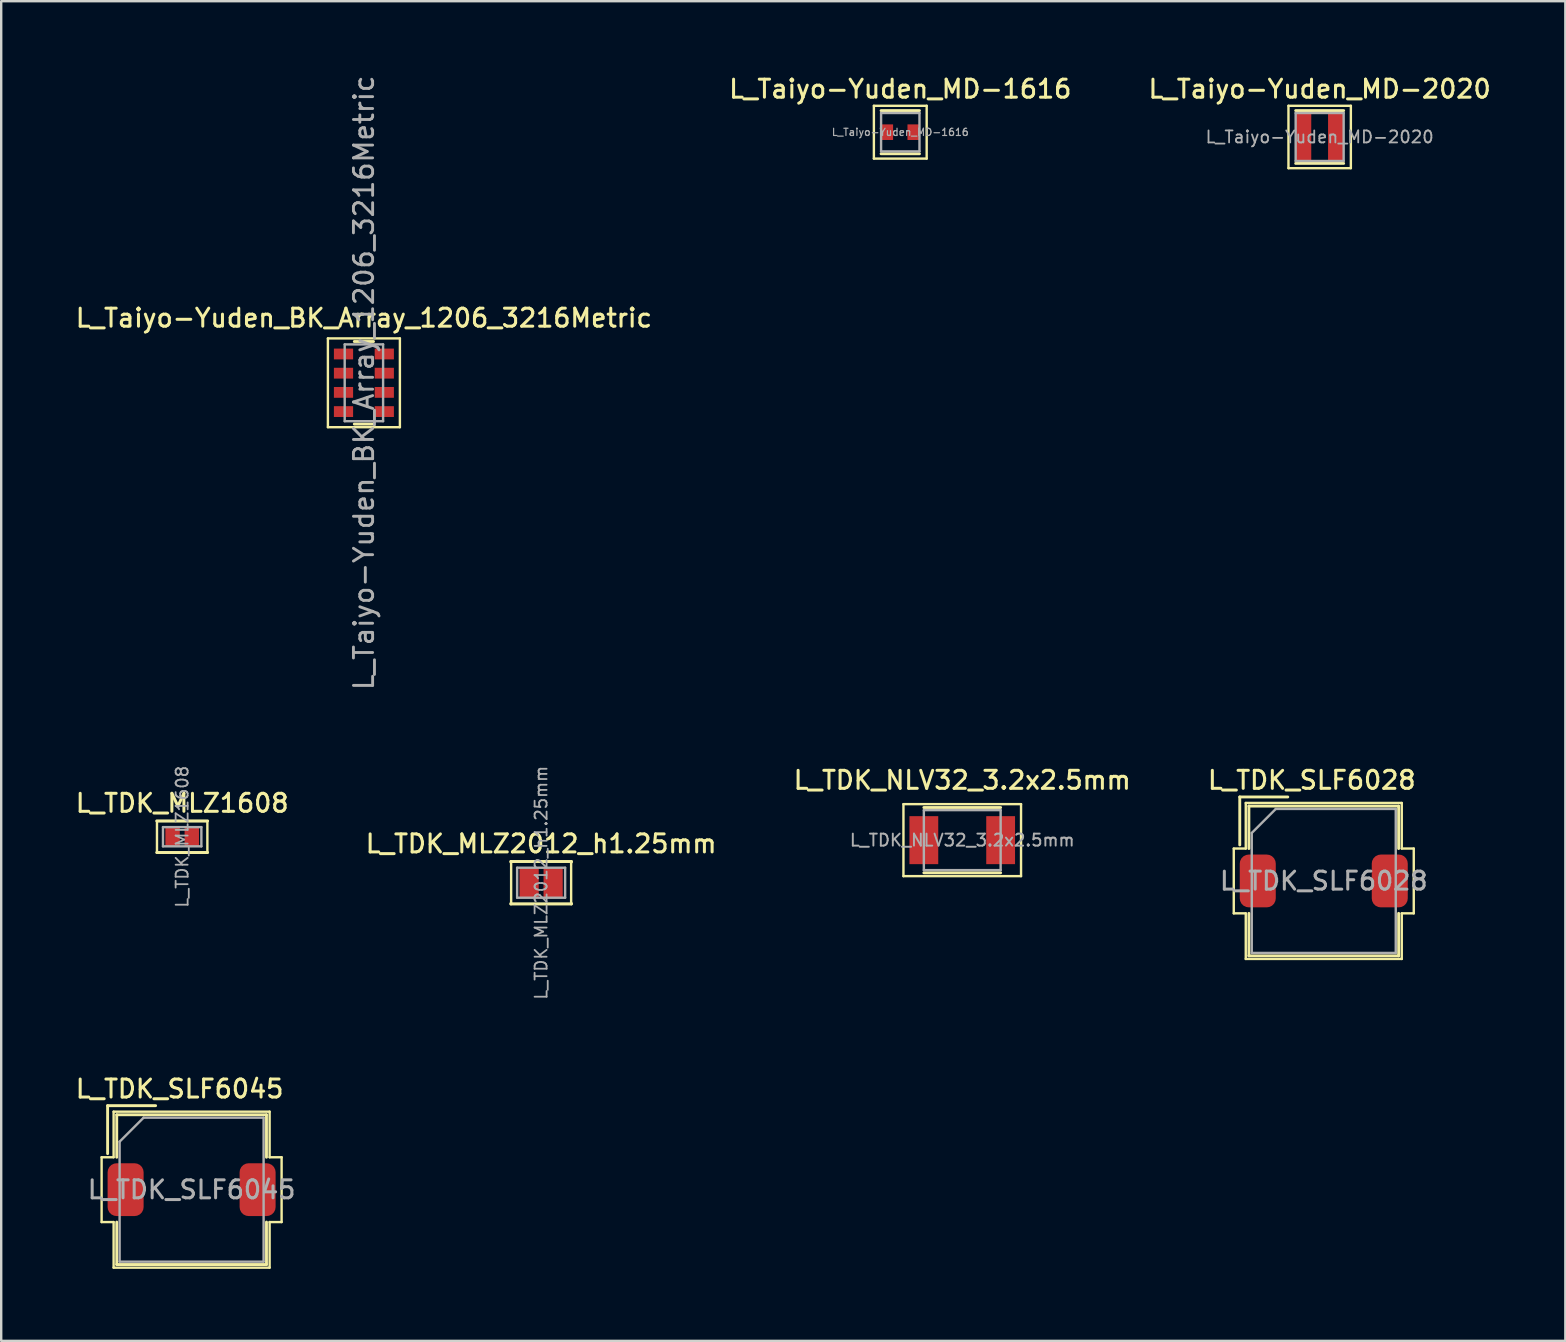
<source format=kicad_pcb>
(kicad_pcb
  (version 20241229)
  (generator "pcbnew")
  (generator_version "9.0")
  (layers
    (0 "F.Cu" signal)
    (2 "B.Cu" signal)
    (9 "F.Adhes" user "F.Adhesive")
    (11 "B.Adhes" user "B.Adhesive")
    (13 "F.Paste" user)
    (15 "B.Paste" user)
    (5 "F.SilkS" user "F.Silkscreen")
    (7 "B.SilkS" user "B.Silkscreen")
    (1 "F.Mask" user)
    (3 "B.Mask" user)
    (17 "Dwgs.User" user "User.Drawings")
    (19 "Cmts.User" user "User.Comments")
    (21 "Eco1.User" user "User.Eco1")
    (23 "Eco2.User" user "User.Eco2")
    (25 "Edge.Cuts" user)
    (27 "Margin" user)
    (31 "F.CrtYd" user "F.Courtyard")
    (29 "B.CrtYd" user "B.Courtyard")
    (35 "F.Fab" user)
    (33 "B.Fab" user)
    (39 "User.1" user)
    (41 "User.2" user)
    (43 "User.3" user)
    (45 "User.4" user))
  (footprint "L_TDK_MLZ1608"
    (layer "F.Cu")
    (at 4.541 31.815)
    (property "Reference" "L_TDK_MLZ1608" (at 0 -1.4 0) (layer "F.SilkS") (effects (font (size 0.75 0.75) (thickness 0.125))))
    (attr smd)
    (fp_line (start -1.06 -0.66) (end 1.06 -0.66) (stroke (width 0.12) (type solid)) (layer "F.SilkS"))
    (fp_line (start -1.06 0.66) (end 1.06 0.66) (stroke (width 0.12) (type solid)) (layer "F.SilkS"))
    (fp_line (start -1.05 -0.65) (end -1.05 0.65) (stroke (width 0.1) (type solid)) (layer "F.SilkS"))
    (fp_line (start -1.05 0.65) (end 1.05 0.65) (stroke (width 0.1) (type solid)) (layer "F.SilkS"))
    (fp_line (start 1.05 -0.65) (end -1.05 -0.65) (stroke (width 0.1) (type solid)) (layer "F.SilkS"))
    (fp_line (start 1.05 0.65) (end 1.05 -0.65) (stroke (width 0.1) (type solid)) (layer "F.SilkS"))
    (fp_line (start -0.8 -0.4) (end -0.8 0.4) (stroke (width 0.1) (type solid)) (layer "F.Fab"))
    (fp_line (start -0.8 0.4) (end 0.8 0.4) (stroke (width 0.1) (type solid)) (layer "F.Fab"))
    (fp_line (start 0.8 -0.4) (end -0.8 -0.4) (stroke (width 0.1) (type solid)) (layer "F.Fab"))
    (fp_line (start 0.8 0.4) (end 0.8 -0.4) (stroke (width 0.1) (type solid)) (layer "F.Fab"))
    (fp_text user "${REFERENCE}" (at 0 0 90) (layer "F.Fab") (effects (font (size 0.5 0.5) (thickness 0.075))))
    (pad "1" smd rect (at -0.4 0) (size 0.6 0.8) (layers "F.Cu" "F.Mask" "F.Paste"))
    (pad "2" smd rect (at 0.4 0) (size 0.6 0.8) (layers "F.Cu" "F.Mask" "F.Paste")))
  (footprint "L_TDK_SLF6028"
    (layer "F.Cu")
    (at 52.109 33.658)
    (property "Reference" "L_TDK_SLF6028" (at -0.5 -4.2 0) (layer "F.SilkS") (effects (font (size 0.75 0.75) (thickness 0.125))))
    (attr smd)
    (fp_line (start -3.75 -1.35) (end -3.75 1.35) (stroke (width 0.1) (type solid)) (layer "F.SilkS"))
    (fp_line (start -3.75 1.35) (end -3.25 1.35) (stroke (width 0.1) (type solid)) (layer "F.SilkS"))
    (fp_line (start -3.5 -3.5) (end -1.5 -3.5) (stroke (width 0.12) (type solid)) (layer "F.SilkS"))
    (fp_line (start -3.5 -1.5) (end -3.5 -3.5) (stroke (width 0.12) (type solid)) (layer "F.SilkS"))
    (fp_line (start -3.25 -3.25) (end -3.25 -1.35) (stroke (width 0.1) (type solid)) (layer "F.SilkS"))
    (fp_line (start -3.25 -3.25) (end 3.25 -3.25) (stroke (width 0.1) (type solid)) (layer "F.SilkS"))
    (fp_line (start -3.25 -1.35) (end -3.75 -1.35) (stroke (width 0.1) (type solid)) (layer "F.SilkS"))
    (fp_line (start -3.25 1.35) (end -3.25 3.25) (stroke (width 0.1) (type solid)) (layer "F.SilkS"))
    (fp_line (start -3.25 3.25) (end 3.25 3.25) (stroke (width 0.1) (type solid)) (layer "F.SilkS"))
    (fp_line (start -3.12 -3.12) (end -3.12 -1.35) (stroke (width 0.12) (type solid)) (layer "F.SilkS"))
    (fp_line (start -3.12 -3.12) (end 3.12 -3.12) (stroke (width 0.12) (type solid)) (layer "F.SilkS"))
    (fp_line (start -3.12 1.35) (end -3.12 3.12) (stroke (width 0.12) (type solid)) (layer "F.SilkS"))
    (fp_line (start -3.12 3.12) (end 3.12 3.12) (stroke (width 0.12) (type solid)) (layer "F.SilkS"))
    (fp_line (start 3.12 -3.12) (end 3.12 -1.35) (stroke (width 0.12) (type solid)) (layer "F.SilkS"))
    (fp_line (start 3.12 1.35) (end 3.12 3.12) (stroke (width 0.12) (type solid)) (layer "F.SilkS"))
    (fp_line (start 3.25 -3.25) (end 3.25 -1.35) (stroke (width 0.1) (type solid)) (layer "F.SilkS"))
    (fp_line (start 3.25 -1.35) (end 3.75 -1.35) (stroke (width 0.1) (type solid)) (layer "F.SilkS"))
    (fp_line (start 3.25 1.35) (end 3.25 3.25) (stroke (width 0.1) (type solid)) (layer "F.SilkS"))
    (fp_line (start 3.75 -1.35) (end 3.75 1.35) (stroke (width 0.1) (type solid)) (layer "F.SilkS"))
    (fp_line (start 3.75 1.35) (end 3.25 1.35) (stroke (width 0.1) (type solid)) (layer "F.SilkS"))
    (fp_line (start -3 -2) (end -2 -3) (stroke (width 0.1) (type solid)) (layer "F.Fab"))
    (fp_line (start -3 3) (end -3 -2) (stroke (width 0.1) (type solid)) (layer "F.Fab"))
    (fp_line (start -2 -3) (end 3 -3) (stroke (width 0.1) (type solid)) (layer "F.Fab"))
    (fp_line (start 3 -3) (end 3 3) (stroke (width 0.1) (type solid)) (layer "F.Fab"))
    (fp_line (start 3 3) (end -3 3) (stroke (width 0.1) (type solid)) (layer "F.Fab"))
    (fp_text user "${REFERENCE}" (at 0 0 0) (layer "F.Fab") (effects (font (size 0.75 0.75) (thickness 0.125))))
    (pad "1" smd roundrect (at -2.75 0) (size 1.5 2.2) (layers "F.Cu" "F.Mask" "F.Paste") (roundrect_rratio 0.25))
    (pad "2" smd roundrect (at 2.75 0) (size 1.5 2.2) (layers "F.Cu" "F.Mask" "F.Paste") (roundrect_rratio 0.25)))
  (footprint "L_TDK_NLV32_3.2x2.5mm"
    (layer "F.Cu")
    (at 37.045 31.958)
    (property "Reference" "L_TDK_NLV32_3.2x2.5mm" (at 0 -2.5 0) (layer "F.SilkS") (effects (font (size 0.75 0.75) (thickness 0.125))))
    (attr smd)
    (fp_line (start -2.45 -1.5) (end 2.45 -1.5) (stroke (width 0.1) (type solid)) (layer "F.SilkS"))
    (fp_line (start -2.45 1.5) (end -2.45 -1.5) (stroke (width 0.1) (type solid)) (layer "F.SilkS"))
    (fp_line (start -1.6 -1.36) (end 1.6 -1.36) (stroke (width 0.12) (type solid)) (layer "F.SilkS"))
    (fp_line (start 1.6 1.36) (end -1.6 1.36) (stroke (width 0.12) (type solid)) (layer "F.SilkS"))
    (fp_line (start 2.45 -1.5) (end 2.45 1.5) (stroke (width 0.1) (type solid)) (layer "F.SilkS"))
    (fp_line (start 2.45 1.5) (end -2.45 1.5) (stroke (width 0.1) (type solid)) (layer "F.SilkS"))
    (fp_line (start -1.6 -1.25) (end 1.6 -1.25) (stroke (width 0.1) (type solid)) (layer "F.Fab"))
    (fp_line (start -1.6 1.25) (end -1.6 -1.25) (stroke (width 0.1) (type solid)) (layer "F.Fab"))
    (fp_line (start 1.6 -1.25) (end 1.6 1.25) (stroke (width 0.1) (type solid)) (layer "F.Fab"))
    (fp_line (start 1.6 1.25) (end -1.6 1.25) (stroke (width 0.1) (type solid)) (layer "F.Fab"))
    (fp_text user "${REFERENCE}" (at 0 0 0) (layer "F.Fab") (effects (font (size 0.5 0.5) (thickness 0.08))))
    (pad "1" smd rect (at -1.6 0) (size 1.2 2) (layers "F.Cu" "F.Mask" "F.Paste"))
    (pad "2" smd rect (at 1.6 0) (size 1.2 2) (layers "F.Cu" "F.Mask" "F.Paste")))
  (footprint "L_TDK_SLF6045"
    (layer "F.Cu")
    (at 4.934 46.521)
    (property "Reference" "L_TDK_SLF6045" (at -0.5 -4.2 0) (layer "F.SilkS") (effects (font (size 0.75 0.75) (thickness 0.125))))
    (attr smd)
    (fp_line (start -3.75 -1.35) (end -3.75 1.35) (stroke (width 0.1) (type solid)) (layer "F.SilkS"))
    (fp_line (start -3.75 1.35) (end -3.25 1.35) (stroke (width 0.1) (type solid)) (layer "F.SilkS"))
    (fp_line (start -3.5 -3.5) (end -1.5 -3.5) (stroke (width 0.12) (type solid)) (layer "F.SilkS"))
    (fp_line (start -3.5 -1.5) (end -3.5 -3.5) (stroke (width 0.12) (type solid)) (layer "F.SilkS"))
    (fp_line (start -3.25 -3.25) (end -3.25 -1.35) (stroke (width 0.1) (type solid)) (layer "F.SilkS"))
    (fp_line (start -3.25 -3.25) (end 3.25 -3.25) (stroke (width 0.1) (type solid)) (layer "F.SilkS"))
    (fp_line (start -3.25 -1.35) (end -3.75 -1.35) (stroke (width 0.1) (type solid)) (layer "F.SilkS"))
    (fp_line (start -3.25 1.35) (end -3.25 3.25) (stroke (width 0.1) (type solid)) (layer "F.SilkS"))
    (fp_line (start -3.25 3.25) (end 3.25 3.25) (stroke (width 0.1) (type solid)) (layer "F.SilkS"))
    (fp_line (start -3.12 -3.12) (end -3.12 -1.35) (stroke (width 0.12) (type solid)) (layer "F.SilkS"))
    (fp_line (start -3.12 -3.12) (end 3.12 -3.12) (stroke (width 0.12) (type solid)) (layer "F.SilkS"))
    (fp_line (start -3.12 1.35) (end -3.12 3.12) (stroke (width 0.12) (type solid)) (layer "F.SilkS"))
    (fp_line (start -3.12 3.12) (end 3.12 3.12) (stroke (width 0.12) (type solid)) (layer "F.SilkS"))
    (fp_line (start 3.12 -3.12) (end 3.12 -1.35) (stroke (width 0.12) (type solid)) (layer "F.SilkS"))
    (fp_line (start 3.12 1.35) (end 3.12 3.12) (stroke (width 0.12) (type solid)) (layer "F.SilkS"))
    (fp_line (start 3.25 -3.25) (end 3.25 -1.35) (stroke (width 0.1) (type solid)) (layer "F.SilkS"))
    (fp_line (start 3.25 -1.35) (end 3.75 -1.35) (stroke (width 0.1) (type solid)) (layer "F.SilkS"))
    (fp_line (start 3.25 1.35) (end 3.25 3.25) (stroke (width 0.1) (type solid)) (layer "F.SilkS"))
    (fp_line (start 3.75 -1.35) (end 3.75 1.35) (stroke (width 0.1) (type solid)) (layer "F.SilkS"))
    (fp_line (start 3.75 1.35) (end 3.25 1.35) (stroke (width 0.1) (type solid)) (layer "F.SilkS"))
    (fp_line (start -3 -2) (end -2 -3) (stroke (width 0.1) (type solid)) (layer "F.Fab"))
    (fp_line (start -3 3) (end -3 -2) (stroke (width 0.1) (type solid)) (layer "F.Fab"))
    (fp_line (start -2 -3) (end 3 -3) (stroke (width 0.1) (type solid)) (layer "F.Fab"))
    (fp_line (start 3 -3) (end 3 3) (stroke (width 0.1) (type solid)) (layer "F.Fab"))
    (fp_line (start 3 3) (end -3 3) (stroke (width 0.1) (type solid)) (layer "F.Fab"))
    (fp_text user "${REFERENCE}" (at 0 0 0) (layer "F.Fab") (effects (font (size 0.75 0.75) (thickness 0.125))))
    (pad "1" smd roundrect (at -2.75 0) (size 1.5 2.2) (layers "F.Cu" "F.Mask" "F.Paste") (roundrect_rratio 0.25))
    (pad "2" smd roundrect (at 2.75 0) (size 1.5 2.2) (layers "F.Cu" "F.Mask" "F.Paste") (roundrect_rratio 0.25)))
  (footprint "L_Taiyo-Yuden_MD-2020"
    (layer "F.Cu")
    (at 51.938 2.658)
    (property "Reference" "L_Taiyo-Yuden_MD-2020" (at 0 -2 0) (layer "F.SilkS") (effects (font (size 0.75 0.75) (thickness 0.125))))
    (attr smd)
    (fp_line (start -1.3 -1.3) (end -1.3 1.3) (stroke (width 0.1) (type solid)) (layer "F.SilkS"))
    (fp_line (start -1.3 1.3) (end 1.3 1.3) (stroke (width 0.1) (type solid)) (layer "F.SilkS"))
    (fp_line (start -1 -1.1) (end 1 -1.1) (stroke (width 0.12) (type solid)) (layer "F.SilkS"))
    (fp_line (start -1 1.1) (end 1 1.1) (stroke (width 0.12) (type solid)) (layer "F.SilkS"))
    (fp_line (start 1.3 -1.3) (end -1.3 -1.3) (stroke (width 0.1) (type solid)) (layer "F.SilkS"))
    (fp_line (start 1.3 1.3) (end 1.3 -1.3) (stroke (width 0.1) (type solid)) (layer "F.SilkS"))
    (fp_line (start -1 -1) (end -1 1) (stroke (width 0.1) (type solid)) (layer "F.Fab"))
    (fp_line (start -1 1) (end 1 1) (stroke (width 0.1) (type solid)) (layer "F.Fab"))
    (fp_line (start 1 -1) (end -1 -1) (stroke (width 0.1) (type solid)) (layer "F.Fab"))
    (fp_line (start 1 1) (end 1 -1) (stroke (width 0.1) (type solid)) (layer "F.Fab"))
    (fp_text user "${REFERENCE}" (at 0 0 0) (layer "F.Fab") (effects (font (size 0.5 0.5) (thickness 0.075))))
    (pad "1" smd rect (at -0.675 0) (size 0.65 2) (layers "F.Cu" "F.Mask" "F.Paste"))
    (pad "2" smd rect (at 0.675 0) (size 0.65 2) (layers "F.Cu" "F.Mask" "F.Paste")))
  (footprint "L_Taiyo-Yuden_BK_Array_1206_3216Metric"
    (layer "F.Cu")
    (at 12.113 12.9)
    (property "Reference" "L_Taiyo-Yuden_BK_Array_1206_3216Metric" (at 0 -2.7 0) (layer "F.SilkS") (effects (font (size 0.75 0.75) (thickness 0.125))))
    (attr smd)
    (fp_line (start -1.5 -1.85) (end 1.5 -1.85) (stroke (width 0.1) (type solid)) (layer "F.SilkS"))
    (fp_line (start -1.5 1.85) (end -1.5 -1.85) (stroke (width 0.1) (type solid)) (layer "F.SilkS"))
    (fp_line (start -0.4 -1.72) (end 0.4 -1.72) (stroke (width 0.12) (type solid)) (layer "F.SilkS"))
    (fp_line (start -0.4 1.72) (end 0.4 1.72) (stroke (width 0.12) (type solid)) (layer "F.SilkS"))
    (fp_line (start 1.5 -1.85) (end 1.5 1.85) (stroke (width 0.1) (type solid)) (layer "F.SilkS"))
    (fp_line (start 1.5 1.85) (end -1.5 1.85) (stroke (width 0.1) (type solid)) (layer "F.SilkS"))
    (fp_line (start -0.8 -1.6) (end 0.8 -1.6) (stroke (width 0.1) (type solid)) (layer "F.Fab"))
    (fp_line (start -0.8 1.6) (end -0.8 -1.6) (stroke (width 0.1) (type solid)) (layer "F.Fab"))
    (fp_line (start 0.8 -1.6) (end 0.8 1.6) (stroke (width 0.1) (type solid)) (layer "F.Fab"))
    (fp_line (start 0.8 1.6) (end -0.8 1.6) (stroke (width 0.1) (type solid)) (layer "F.Fab"))
    (fp_text user "${REFERENCE}" (at 0 0 90) (layer "F.Fab") (effects (font (size 0.8 0.8) (thickness 0.12))))
    (pad "1" smd rect (at -0.85 -1.2) (size 0.8 0.45) (layers "F.Cu" "F.Mask" "F.Paste"))
    (pad "2" smd rect (at -0.85 -0.4) (size 0.8 0.45) (layers "F.Cu" "F.Mask" "F.Paste"))
    (pad "3" smd rect (at -0.85 0.4) (size 0.8 0.45) (layers "F.Cu" "F.Mask" "F.Paste"))
    (pad "4" smd rect (at -0.85 1.2) (size 0.8 0.45) (layers "F.Cu" "F.Mask" "F.Paste"))
    (pad "5" smd rect (at 0.85 1.2) (size 0.8 0.45) (layers "F.Cu" "F.Mask" "F.Paste"))
    (pad "6" smd rect (at 0.85 0.4) (size 0.8 0.45) (layers "F.Cu" "F.Mask" "F.Paste"))
    (pad "7" smd rect (at 0.85 -0.4) (size 0.8 0.45) (layers "F.Cu" "F.Mask" "F.Paste"))
    (pad "8" smd rect (at 0.85 -1.2) (size 0.8 0.45) (layers "F.Cu" "F.Mask" "F.Paste")))
  (footprint "L_TDK_MLZ2012_h1.25mm"
    (layer "F.Cu")
    (at 19.498 33.732)
    (property "Reference" "L_TDK_MLZ2012_h1.25mm" (at 0 -1.625 0) (layer "F.SilkS") (effects (font (size 0.75 0.75) (thickness 0.125))))
    (attr smd)
    (fp_line (start -1.26 -0.885) (end -1.26 -0.86) (stroke (width 0.12) (type solid)) (layer "F.SilkS"))
    (fp_line (start -1.26 -0.885) (end 1.26 -0.885) (stroke (width 0.12) (type solid)) (layer "F.SilkS"))
    (fp_line (start -1.26 0.885) (end -1.26 0.86) (stroke (width 0.12) (type solid)) (layer "F.SilkS"))
    (fp_line (start -1.26 0.885) (end 1.26 0.885) (stroke (width 0.12) (type solid)) (layer "F.SilkS"))
    (fp_line (start -1.25 -0.88) (end -1.25 0.88) (stroke (width 0.1) (type solid)) (layer "F.SilkS"))
    (fp_line (start -1.25 0.88) (end 1.25 0.88) (stroke (width 0.1) (type solid)) (layer "F.SilkS"))
    (fp_line (start 1.25 -0.88) (end -1.25 -0.88) (stroke (width 0.1) (type solid)) (layer "F.SilkS"))
    (fp_line (start 1.25 0.88) (end 1.25 -0.88) (stroke (width 0.1) (type solid)) (layer "F.SilkS"))
    (fp_line (start 1.26 -0.885) (end 1.26 -0.86) (stroke (width 0.12) (type solid)) (layer "F.SilkS"))
    (fp_line (start 1.26 0.885) (end 1.26 0.86) (stroke (width 0.12) (type solid)) (layer "F.SilkS"))
    (fp_line (start -1 -0.625) (end -1 0.625) (stroke (width 0.1) (type solid)) (layer "F.Fab"))
    (fp_line (start -1 0.625) (end 1 0.625) (stroke (width 0.1) (type solid)) (layer "F.Fab"))
    (fp_line (start 1 -0.625) (end -1 -0.625) (stroke (width 0.1) (type solid)) (layer "F.Fab"))
    (fp_line (start 1 0.625) (end 1 -0.625) (stroke (width 0.1) (type solid)) (layer "F.Fab"))
    (fp_text user "${REFERENCE}" (at 0 0 90) (layer "F.Fab") (effects (font (size 0.5 0.5) (thickness 0.075))))
    (pad "1" smd rect (at -0.5 0) (size 0.8 1.2) (layers "F.Cu" "F.Mask" "F.Paste"))
    (pad "2" smd rect (at 0.5 0) (size 0.8 1.2) (layers "F.Cu" "F.Mask" "F.Paste")))
  (footprint "L_Taiyo-Yuden_MD-1616"
    (layer "F.Cu")
    (at 34.463 2.458)
    (property "Reference" "L_Taiyo-Yuden_MD-1616" (at 0 -1.8 0) (layer "F.SilkS") (effects (font (size 0.75 0.75) (thickness 0.125))))
    (attr smd)
    (fp_line (start -1.1 -1.1) (end -1.1 1.1) (stroke (width 0.1) (type solid)) (layer "F.SilkS"))
    (fp_line (start -1.1 1.1) (end 1.1 1.1) (stroke (width 0.1) (type solid)) (layer "F.SilkS"))
    (fp_line (start -0.8 -0.9) (end 0.8 -0.9) (stroke (width 0.12) (type solid)) (layer "F.SilkS"))
    (fp_line (start -0.8 0.9) (end 0.8 0.9) (stroke (width 0.12) (type solid)) (layer "F.SilkS"))
    (fp_line (start 1.1 -1.1) (end -1.1 -1.1) (stroke (width 0.1) (type solid)) (layer "F.SilkS"))
    (fp_line (start 1.1 1.1) (end 1.1 -1.1) (stroke (width 0.1) (type solid)) (layer "F.SilkS"))
    (fp_line (start -0.8 -0.8) (end -0.8 0.8) (stroke (width 0.1) (type solid)) (layer "F.Fab"))
    (fp_line (start -0.8 0.8) (end 0.8 0.8) (stroke (width 0.1) (type solid)) (layer "F.Fab"))
    (fp_line (start 0.8 -0.8) (end -0.8 -0.8) (stroke (width 0.1) (type solid)) (layer "F.Fab"))
    (fp_line (start 0.8 0.8) (end 0.8 -0.8) (stroke (width 0.1) (type solid)) (layer "F.Fab"))
    (fp_text user "${REFERENCE}" (at 0 0 0) (layer "F.Fab") (effects (font (size 0.3 0.3) (thickness 0.05))))
    (pad "1" smd rect (at -0.55 0) (size 0.5 0.65) (layers "F.Cu" "F.Mask" "F.Paste"))
    (pad "2" smd rect (at 0.55 0) (size 0.5 0.65) (layers "F.Cu" "F.Mask" "F.Paste")))
  (gr_rect
    (start -3 -3)
    (end 62.175 52.821)
    (stroke (width 0.1) (type default))
    (fill no)
    (layer "Edge.Cuts")))
</source>
